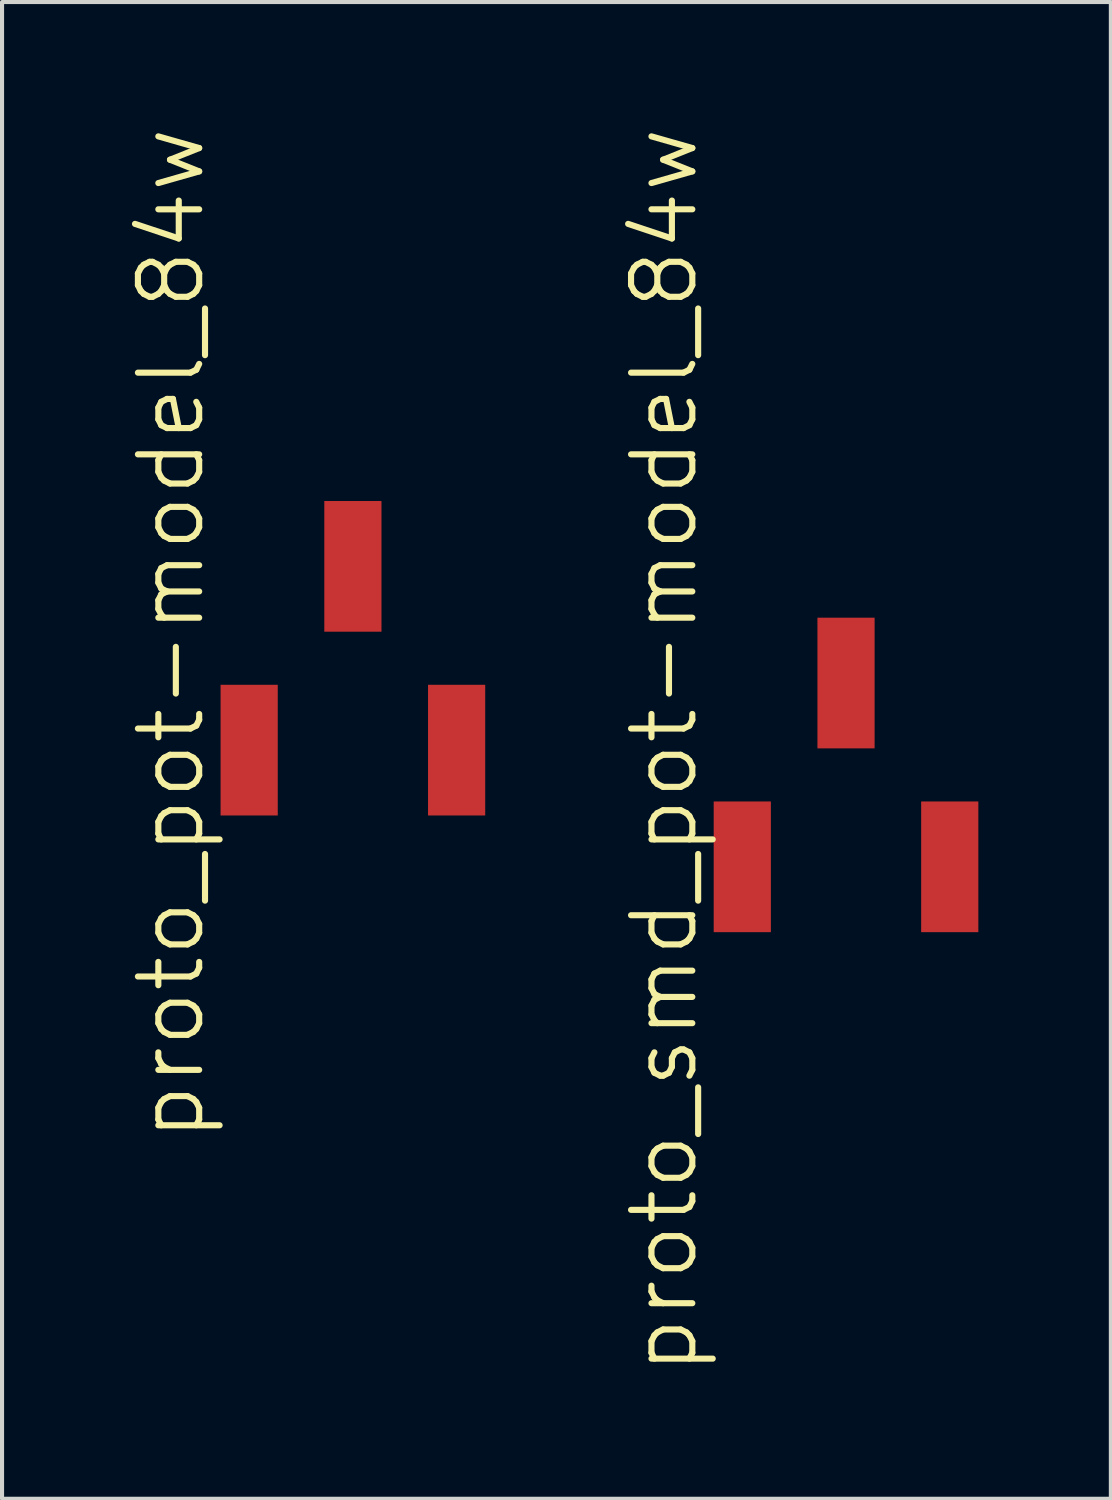
<source format=kicad_pcb>
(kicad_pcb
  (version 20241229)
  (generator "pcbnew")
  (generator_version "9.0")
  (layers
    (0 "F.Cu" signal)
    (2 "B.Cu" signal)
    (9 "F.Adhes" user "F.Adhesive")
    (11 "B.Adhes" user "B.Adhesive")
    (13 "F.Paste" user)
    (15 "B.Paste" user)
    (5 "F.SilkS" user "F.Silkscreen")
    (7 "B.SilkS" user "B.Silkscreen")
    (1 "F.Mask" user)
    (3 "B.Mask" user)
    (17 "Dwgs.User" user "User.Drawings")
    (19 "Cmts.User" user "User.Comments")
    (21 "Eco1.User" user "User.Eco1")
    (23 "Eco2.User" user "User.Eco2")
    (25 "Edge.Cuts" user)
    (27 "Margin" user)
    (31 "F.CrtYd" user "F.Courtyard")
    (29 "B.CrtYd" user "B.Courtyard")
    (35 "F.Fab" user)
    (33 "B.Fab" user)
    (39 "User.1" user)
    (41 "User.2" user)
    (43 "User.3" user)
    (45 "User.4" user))
  (footprint "proto_smd_pot-model_84w"
    (layer "F.Cu")
    (at 17.666 15.925)
    (property "Reference" "proto_smd_pot-model_84w" (at -4.45 -0.6 90) (layer "F.SilkS") (effects (font (size 1.5 1.5) (thickness 0.15))))
    (attr through_hole)
    (fp_line (start -3.42 -2.35) (end 3.41 -2.35) (stroke (width 0.15) (type solid)) (layer "Eco1.User"))
    (fp_line (start -3.42 2.35) (end -3.42 -2.35) (stroke (width 0.15) (type solid)) (layer "Eco1.User"))
    (fp_line (start 3.41 -2.35) (end 3.41 2.35) (stroke (width 0.15) (type solid)) (layer "Eco1.User"))
    (fp_line (start 3.41 2.35) (end -3.42 2.35) (stroke (width 0.15) (type solid)) (layer "Eco1.User"))
    (pad "1" smd rect (at -2.54 2.25) (size 1.4 3.2) (layers "F.Cu" "F.Mask" "F.Paste" "Eco1.User"))
    (pad "2" smd rect (at 0 -2.25) (size 1.4 3.2) (layers "F.Cu" "F.Mask" "F.Paste" "Eco1.User"))
    (pad "3" smd rect (at 2.54 2.25) (size 1.4 3.2) (layers "F.Cu" "F.Mask" "F.Paste" "Eco1.User")))
  (footprint "proto_pot-model_84w"
    (layer "F.Cu")
    (at 5.591 13.068)
    (property "Reference" "proto_pot-model_84w" (at -4.45 -0.6 90) (layer "F.SilkS") (effects (font (size 1.5 1.5) (thickness 0.15))))
    (attr through_hole)
    (fp_line (start -3.42 -2.35) (end 3.41 -2.35) (stroke (width 0.15) (type solid)) (layer "Eco1.User"))
    (fp_line (start -3.42 2.35) (end -3.42 -2.35) (stroke (width 0.15) (type solid)) (layer "Eco1.User"))
    (fp_line (start 3.41 -2.35) (end 3.41 2.35) (stroke (width 0.15) (type solid)) (layer "Eco1.User"))
    (fp_line (start 3.41 2.35) (end -3.42 2.35) (stroke (width 0.15) (type solid)) (layer "Eco1.User"))
    (pad "1" smd rect (at -2.54 2.25) (size 1.4 3.2) (layers "F.Cu" "F.Mask" "F.Paste" "Eco1.User"))
    (pad "2" smd rect (at 0 -2.25) (size 1.4 3.2) (layers "F.Cu" "F.Mask" "F.Paste" "Eco1.User"))
    (pad "3" smd rect (at 2.54 2.25) (size 1.4 3.2) (layers "F.Cu" "F.Mask" "F.Paste" "Eco1.User")))
  (gr_rect
    (start -3 -3)
    (end 24.151 33.65)
    (stroke (width 0.1) (type default))
    (fill no)
    (layer "Edge.Cuts")))
</source>
